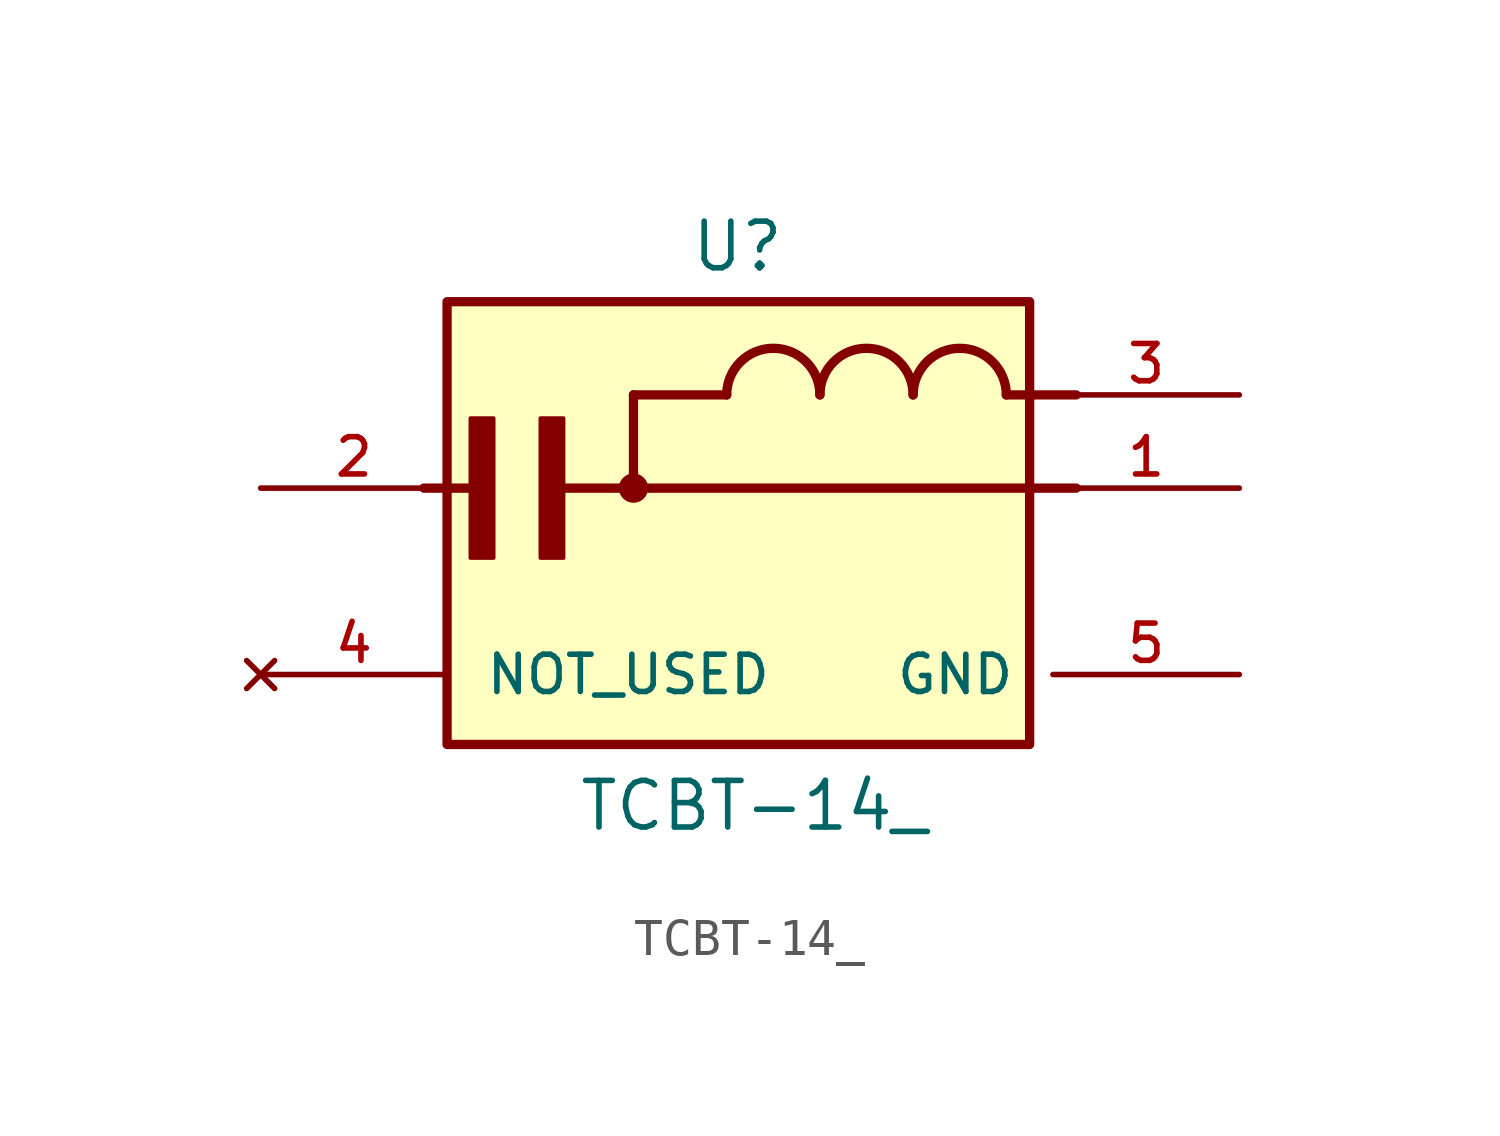
<source format=kicad_sym>
(kicad_symbol_lib
  (version 20231120)
  (generator "kicad_symbol_editor")
  (generator_version "8.0")
  (symbol "TCBT-14_"
    (pin_names
      (offset 1.016))
    (property "Reference" "U"
      (at -1.016 5.842 0)
      (effects (font (size 1.27 1.27)) (justify left bottom)))
    (property "Value" "TCBT-14_"
      (at -4.064 -9.398 0)
      (effects (font (size 1.27 1.27)) (justify left bottom)))
    (symbol "TCBT-14__0_0"
      (rectangle (start -7.62 5.08) (end 8.255 -6.985) (stroke (width 0.254) (type default)) (fill (type background)))
      (rectangle (start -6.985 -1.905) (end -6.35 1.907) (stroke (width 0.1) (type default)) (fill (type outline)))
      (rectangle (start -5.078 -1.905) (end -4.445 1.907) (stroke (width 0.1) (type default)) (fill (type outline)))
      (circle (center -2.54 0) (radius 0.2) (stroke (width 0.4) (type default)) (fill (type none)))
      (polyline (pts (xy -6.985 0) (xy -8.255 0)) (stroke (width 0.254) (type default)) (fill (type none)))
      (polyline (pts (xy -2.54 0) (xy -4.445 0)) (stroke (width 0.254) (type default)) (fill (type none)))
      (polyline (pts (xy -2.54 0) (xy 9.525 0)) (stroke (width 0.254) (type default)) (fill (type none)))
      (polyline (pts (xy -2.54 2.54) (xy -2.54 0)) (stroke (width 0.254) (type default)) (fill (type none)))
      (polyline (pts (xy 0 2.54) (xy -2.54 2.54)) (stroke (width 0.254) (type default)) (fill (type none)))
      (polyline (pts (xy 7.62 2.54) (xy 9.525 2.54)) (stroke (width 0.254) (type default)) (fill (type none)))
      (arc (start 2.54 2.54) (mid 1.27 3.8044) (end 0 2.54) (stroke (width 0.254) (type default)) (fill (type none)))
      (arc (start 5.08 2.54) (mid 3.81 3.8044) (end 2.54 2.54) (stroke (width 0.254) (type default)) (fill (type none)))
      (arc (start 7.62 2.54) (mid 6.35 3.8044) (end 5.08 2.54) (stroke (width 0.254) (type default)) (fill (type none)))
      (pin passive line (at 13.97 0 180) (length 5.08) (name "~" (effects (font (size 1.016 1.016)))) (number "1" (effects (font (size 1.016 1.016)))))
      (pin passive line (at -12.7 0 0) (length 5.08) (name "~" (effects (font (size 1.016 1.016)))) (number "2" (effects (font (size 1.016 1.016)))))
      (pin passive line (at 13.97 2.54 180) (length 5.08) (name "~" (effects (font (size 1.016 1.016)))) (number "3" (effects (font (size 1.016 1.016)))))
      (pin no_connect line (at -12.7 -5.08 0) (length 5.08) (name "NOT_USED" (effects (font (size 1.016 1.016)))) (number "4" (effects (font (size 1.016 1.016)))))
      (pin power_in line (at 13.97 -5.08 180) (length 5.08) (name "GND" (effects (font (size 1.016 1.016)))) (number "5" (effects (font (size 1.016 1.016))))))))
</source>
